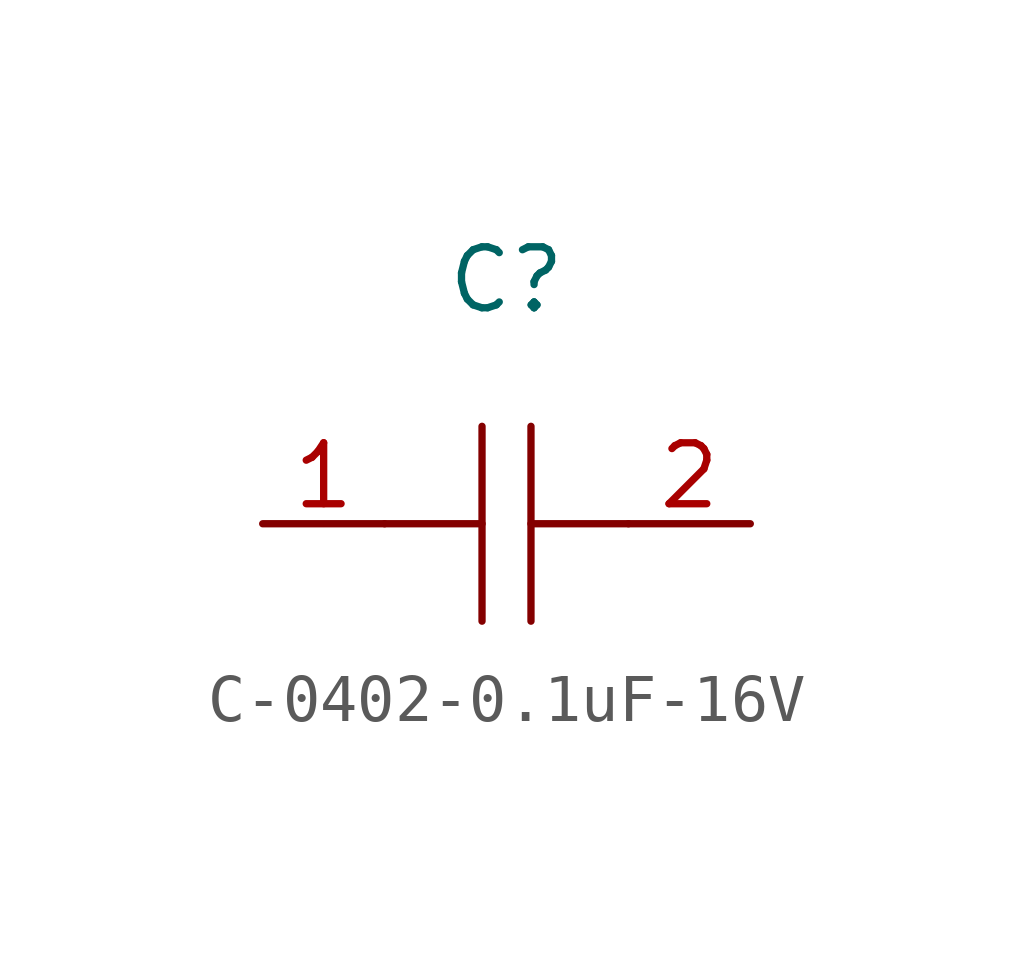
<source format=kicad_sym>
(kicad_symbol_lib
  (version 20231120)
  (generator "kicad_symbol_editor")
  (generator_version "8.0")
  (symbol "C-0402-0.1uF-16V"
    (property "Reference" "C"
      (at 0 5.08 0)
      (effects (font (size 1.27 1.27))))
    (symbol "C-0402-0.1uF-16V_0_1"
      (polyline (pts (xy -0.51 -2.03) (xy -0.51 2.03)) (stroke (width 0) (type default)) (fill (type none)))
      (polyline (pts (xy -0.51 0) (xy -2.54 0)) (stroke (width 0) (type default)) (fill (type none)))
      (polyline (pts (xy 0.51 2.03) (xy 0.51 -2.03)) (stroke (width 0) (type default)) (fill (type none)))
      (polyline (pts (xy 2.54 0) (xy 0.51 0)) (stroke (width 0) (type default)) (fill (type none))))
    (symbol "C-0402-0.1uF-16V_1_1"
      (pin unspecified line (at -5.08 0 0) (length 2.54) (name "" (effects (font (size 1.27 1.27)))) (number "1" (effects (font (size 1.27 1.27)))))
      (pin unspecified line (at 5.08 0 180) (length 2.54) (name "" (effects (font (size 1.27 1.27)))) (number "2" (effects (font (size 1.27 1.27))))))))
</source>
